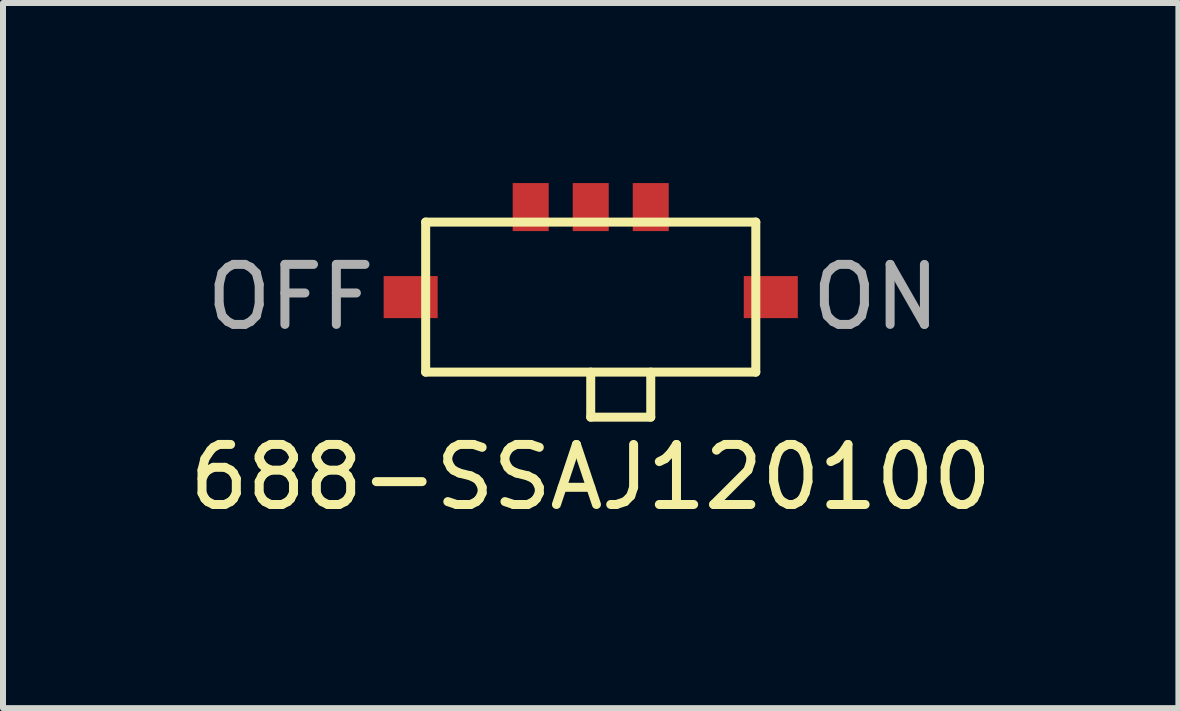
<source format=kicad_pcb>
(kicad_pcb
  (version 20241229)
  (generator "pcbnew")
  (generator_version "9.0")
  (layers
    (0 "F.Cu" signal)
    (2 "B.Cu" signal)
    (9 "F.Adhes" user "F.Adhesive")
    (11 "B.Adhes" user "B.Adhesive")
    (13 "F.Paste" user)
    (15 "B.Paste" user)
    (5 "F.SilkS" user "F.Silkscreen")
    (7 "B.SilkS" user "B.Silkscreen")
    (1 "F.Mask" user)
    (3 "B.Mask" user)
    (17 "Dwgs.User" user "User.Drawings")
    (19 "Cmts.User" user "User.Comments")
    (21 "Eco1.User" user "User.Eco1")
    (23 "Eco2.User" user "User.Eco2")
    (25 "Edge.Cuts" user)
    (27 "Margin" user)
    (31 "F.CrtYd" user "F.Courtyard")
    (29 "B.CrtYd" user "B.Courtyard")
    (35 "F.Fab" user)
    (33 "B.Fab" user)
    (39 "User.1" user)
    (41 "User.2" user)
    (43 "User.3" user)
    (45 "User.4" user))
  (footprint "688-SSAJ120100"
    (layer "F.Cu")
    (at 6.792 1.9)
    (property "Reference" "688-SSAJ120100" (at 0 3 0) (layer "F.SilkS") (effects (font (size 1 1) (thickness 0.15))))
    (attr through_hole)
    (fp_line (start -2.75 -1.25) (end -2.75 1.25) (stroke (width 0.15) (type solid)) (layer "F.SilkS"))
    (fp_line (start -2.75 1.25) (end 2.75 1.25) (stroke (width 0.15) (type solid)) (layer "F.SilkS"))
    (fp_line (start 0 1.25) (end 0 2) (stroke (width 0.15) (type solid)) (layer "F.SilkS"))
    (fp_line (start 0 2) (end 1 2) (stroke (width 0.15) (type solid)) (layer "F.SilkS"))
    (fp_line (start 1 2) (end 1 1.25) (stroke (width 0.15) (type solid)) (layer "F.SilkS"))
    (fp_line (start 2.75 -1.25) (end -2.75 -1.25) (stroke (width 0.15) (type solid)) (layer "F.SilkS"))
    (fp_line (start 2.75 1.25) (end 2.75 -1.25) (stroke (width 0.15) (type solid)) (layer "F.SilkS"))
    (fp_text user "OFF" (at -5 0 0) (layer "F.Fab") (effects (font (size 1 1) (thickness 0.15))))
    (fp_text user "ON" (at 4.75 0 0) (layer "F.Fab") (effects (font (size 1 1) (thickness 0.15))))
    (pad "" smd rect (at -3 0) (size 0.9 0.7) (layers "F.Cu" "F.Mask" "F.Paste"))
    (pad "" smd rect (at 3 0) (size 0.9 0.7) (layers "F.Cu" "F.Mask" "F.Paste"))
    (pad "1" smd rect (at -1 -1.5) (size 0.6 0.8) (layers "F.Cu" "F.Mask" "F.Paste"))
    (pad "2" smd rect (at 0 -1.5) (size 0.6 0.8) (layers "F.Cu" "F.Mask" "F.Paste"))
    (pad "3" smd rect (at 1 -1.5) (size 0.6 0.8) (layers "F.Cu" "F.Mask" "F.Paste")))
  (gr_rect
    (start -3 -3)
    (end 16.583 8.748)
    (stroke (width 0.1) (type default))
    (fill no)
    (layer "Edge.Cuts")))
</source>
